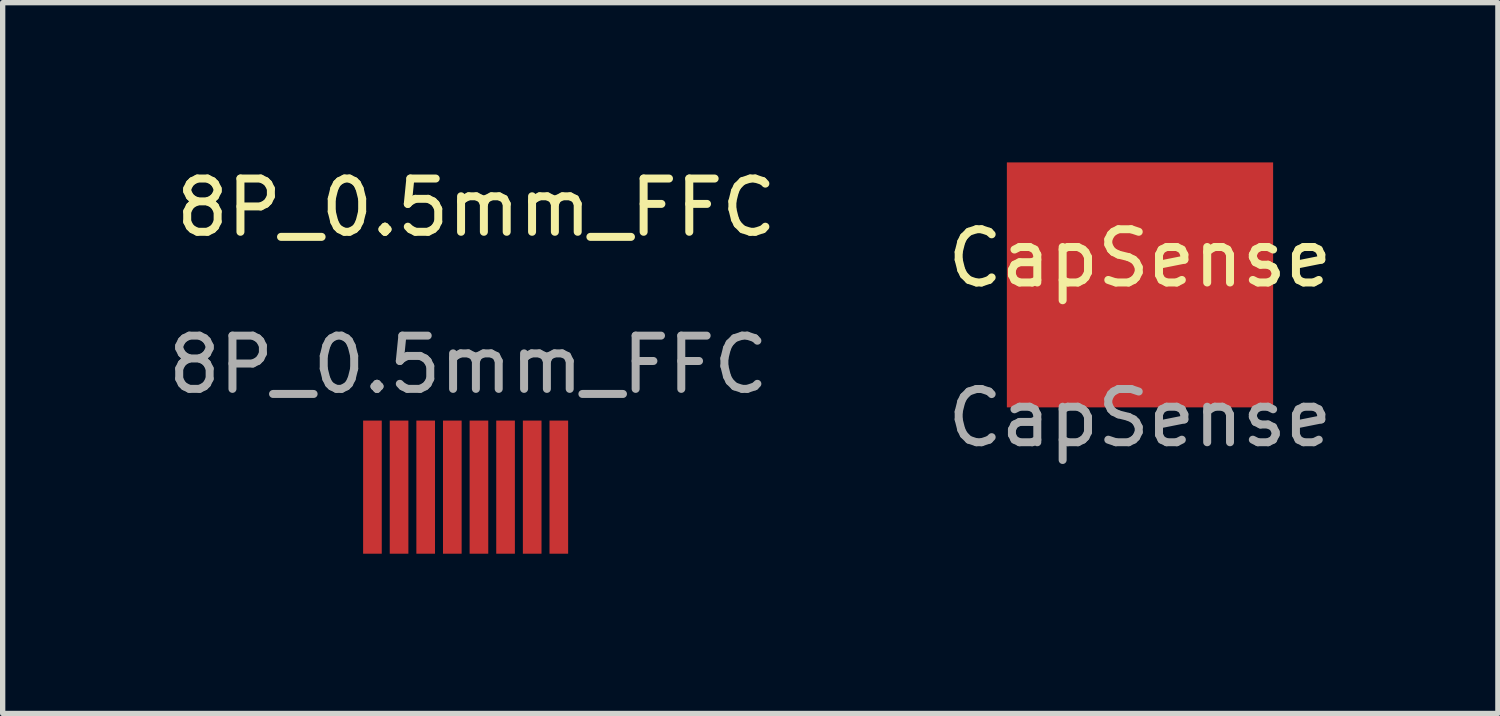
<source format=kicad_pcb>
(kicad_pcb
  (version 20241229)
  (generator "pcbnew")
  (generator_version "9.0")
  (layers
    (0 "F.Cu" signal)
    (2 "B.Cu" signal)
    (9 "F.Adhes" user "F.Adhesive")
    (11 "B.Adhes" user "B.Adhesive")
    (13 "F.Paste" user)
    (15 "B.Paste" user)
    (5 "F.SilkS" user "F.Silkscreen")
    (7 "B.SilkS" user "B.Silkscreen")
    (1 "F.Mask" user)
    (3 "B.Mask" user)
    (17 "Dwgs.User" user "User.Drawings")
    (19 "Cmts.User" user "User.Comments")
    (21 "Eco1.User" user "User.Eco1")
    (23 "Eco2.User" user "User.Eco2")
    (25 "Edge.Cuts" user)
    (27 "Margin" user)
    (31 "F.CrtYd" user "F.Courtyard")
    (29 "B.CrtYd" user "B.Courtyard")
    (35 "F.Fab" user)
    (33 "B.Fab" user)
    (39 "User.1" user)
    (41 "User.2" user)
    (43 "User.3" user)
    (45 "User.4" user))
  (footprint "8P_0.5mm_FFC"
    (layer "F.Cu")
    (at 5.694 6.098)
    (property "Reference" "8P_0.5mm_FFC" (at 0.2 -5.25 0) (unlocked yes) (layer "F.SilkS") (effects (font (size 1 1) (thickness 0.15))))
    (attr through_hole)
    (fp_text user "${REFERENCE}" (at 0.05 -2.3 0) (unlocked yes) (layer "F.Fab") (effects (font (size 1 1) (thickness 0.15))))
    (pad "1" smd rect (at -1.75 0) (size 0.35 2.5) (layers "F.Cu" "F.Mask"))
    (pad "2" smd rect (at -1.25 0) (size 0.35 2.5) (layers "F.Cu" "F.Mask"))
    (pad "3" smd rect (at -0.75 0) (size 0.35 2.5) (layers "F.Cu" "F.Mask"))
    (pad "4" smd rect (at -0.25 0) (size 0.35 2.5) (layers "F.Cu" "F.Mask"))
    (pad "5" smd rect (at 0.25 0) (size 0.35 2.5) (layers "F.Cu" "F.Mask"))
    (pad "6" smd rect (at 0.75 0) (size 0.35 2.5) (layers "F.Cu" "F.Mask"))
    (pad "7" smd rect (at 1.25 0) (size 0.35 2.5) (layers "F.Cu" "F.Mask"))
    (pad "8" smd rect (at 1.75 0) (size 0.35 2.5) (layers "F.Cu" "F.Mask")))
  (footprint "CapSense"
    (layer "F.Cu")
    (at 18.358 2.3)
    (property "Reference" "CapSense" (at 0 -0.5 0) (unlocked yes) (layer "F.SilkS") (effects (font (size 1 1) (thickness 0.15))))
    (attr through_hole)
    (fp_text user "${REFERENCE}" (at 0 2.5 0) (unlocked yes) (layer "F.Fab") (effects (font (size 1 1) (thickness 0.15))))
    (pad "1" smd rect (at 0 0) (size 5 4.6) (layers "F.Cu")))
  (gr_rect
    (start -3 -3)
    (end 25.079 10.348)
    (stroke (width 0.1) (type default))
    (fill no)
    (layer "Edge.Cuts")))
</source>
